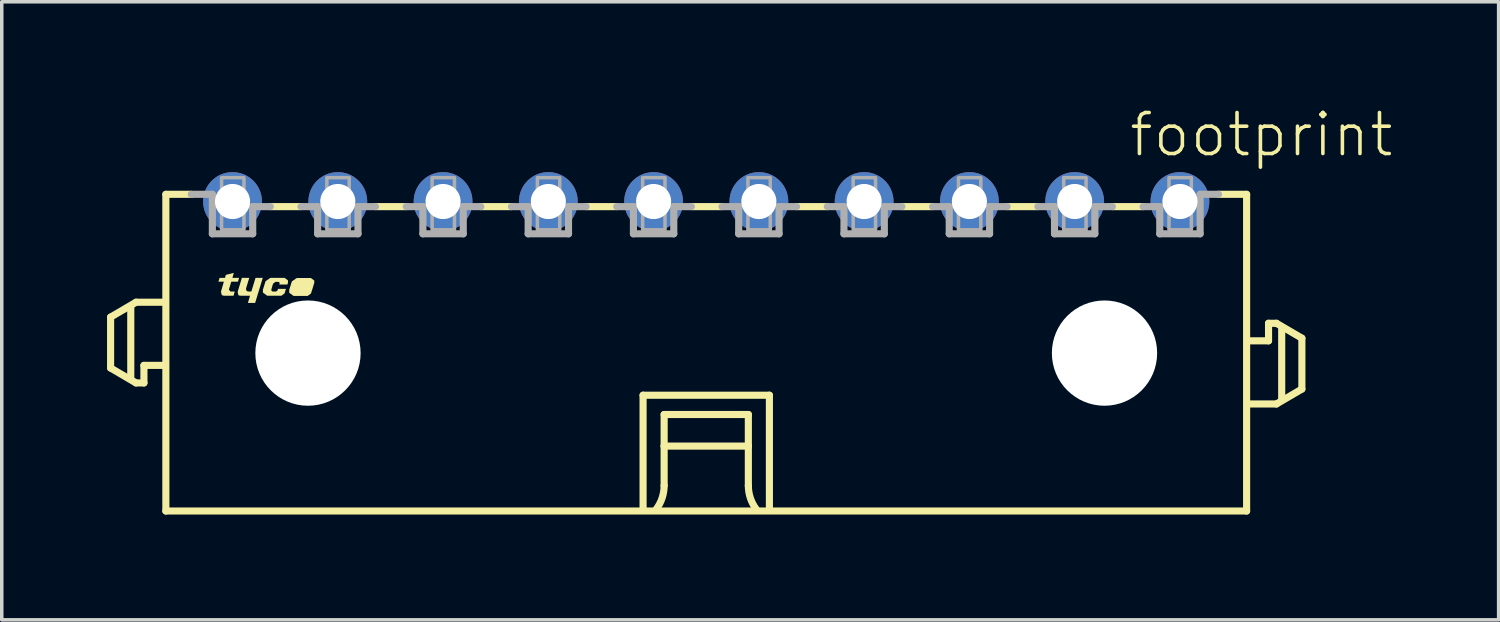
<source format=kicad_pcb>
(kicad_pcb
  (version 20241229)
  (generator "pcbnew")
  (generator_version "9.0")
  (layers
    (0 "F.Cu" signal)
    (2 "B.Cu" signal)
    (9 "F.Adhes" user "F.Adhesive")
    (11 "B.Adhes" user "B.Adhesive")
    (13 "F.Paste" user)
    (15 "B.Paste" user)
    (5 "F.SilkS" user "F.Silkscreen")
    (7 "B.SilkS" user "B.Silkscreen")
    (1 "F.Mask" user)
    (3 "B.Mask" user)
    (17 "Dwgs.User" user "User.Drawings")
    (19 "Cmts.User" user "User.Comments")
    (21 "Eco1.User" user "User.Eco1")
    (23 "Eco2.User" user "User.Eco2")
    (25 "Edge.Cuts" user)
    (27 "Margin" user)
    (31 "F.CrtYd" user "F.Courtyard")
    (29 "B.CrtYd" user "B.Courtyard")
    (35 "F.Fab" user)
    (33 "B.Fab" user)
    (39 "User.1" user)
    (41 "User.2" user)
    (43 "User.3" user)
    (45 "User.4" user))
  (footprint "footprint"
    (layer "F.Cu")
    (at 17.077 7.013)
    (property "Reference" "footprint" (at 12 -5.54 0) (layer "F.SilkS") (effects (font (size 1.168 1.168) (thickness 0.102)) (justify left bottom)))
    (fp_line (start -16.975 -1.025) (end -16.975 0.425) (stroke (width 0.203) (type solid)) (layer "F.SilkS"))
    (fp_line (start -16.975 0.425) (end -16.25 0.85) (stroke (width 0.203) (type solid)) (layer "F.SilkS"))
    (fp_line (start -16.4 0.7) (end -16.4 -1.3) (stroke (width 0.203) (type solid)) (layer "F.SilkS"))
    (fp_line (start -16.25 -1.45) (end -16.975 -1.025) (stroke (width 0.203) (type solid)) (layer "F.SilkS"))
    (fp_line (start -16.25 0.85) (end -16.025 0.85) (stroke (width 0.203) (type solid)) (layer "F.SilkS"))
    (fp_line (start -16.025 0.35) (end -15.5 0.35) (stroke (width 0.203) (type solid)) (layer "F.SilkS"))
    (fp_line (start -16.025 0.85) (end -16.025 0.35) (stroke (width 0.203) (type solid)) (layer "F.SilkS"))
    (fp_line (start -15.5 -1.45) (end -16.25 -1.45) (stroke (width 0.203) (type solid)) (layer "F.SilkS"))
    (fp_line (start -15.4 -4.525) (end -15.4 4.5) (stroke (width 0.203) (type solid)) (layer "F.SilkS"))
    (fp_line (start -15.4 -4.525) (end -14.675 -4.525) (stroke (width 0.203) (type solid)) (layer "F.SilkS"))
    (fp_line (start -15.4 4.5) (end 15.4 4.5) (stroke (width 0.203) (type solid)) (layer "F.SilkS"))
    (fp_line (start -11.55 -4.175) (end -12.425 -4.175) (stroke (width 0.203) (type solid)) (layer "F.SilkS"))
    (fp_line (start -8.55 -4.175) (end -9.425 -4.175) (stroke (width 0.203) (type solid)) (layer "F.SilkS"))
    (fp_line (start -5.55 -4.175) (end -6.425 -4.175) (stroke (width 0.203) (type solid)) (layer "F.SilkS"))
    (fp_line (start -2.55 -4.175) (end -3.425 -4.175) (stroke (width 0.203) (type solid)) (layer "F.SilkS"))
    (fp_line (start -1.8 1.2) (end 1.8 1.2) (stroke (width 0.203) (type solid)) (layer "F.SilkS"))
    (fp_line (start -1.8 4.4) (end -1.8 1.2) (stroke (width 0.203) (type solid)) (layer "F.SilkS"))
    (fp_line (start -1.2 1.75) (end -1.2 2.65) (stroke (width 0.203) (type solid)) (layer "F.SilkS"))
    (fp_line (start -1.2 2.65) (end -1.2 3.775) (stroke (width 0.203) (type solid)) (layer "F.SilkS"))
    (fp_line (start -1.2 2.65) (end 1.2 2.65) (stroke (width 0.203) (type solid)) (layer "F.SilkS"))
    (fp_line (start 0.45 -4.175) (end -0.425 -4.175) (stroke (width 0.203) (type solid)) (layer "F.SilkS"))
    (fp_line (start 1.2 1.75) (end -1.2 1.75) (stroke (width 0.203) (type solid)) (layer "F.SilkS"))
    (fp_line (start 1.2 2.65) (end 1.2 1.75) (stroke (width 0.203) (type solid)) (layer "F.SilkS"))
    (fp_line (start 1.2 2.65) (end 1.2 3.775) (stroke (width 0.203) (type solid)) (layer "F.SilkS"))
    (fp_line (start 1.8 1.2) (end 1.8 4.4) (stroke (width 0.203) (type solid)) (layer "F.SilkS"))
    (fp_line (start 3.45 -4.175) (end 2.575 -4.175) (stroke (width 0.203) (type solid)) (layer "F.SilkS"))
    (fp_line (start 6.45 -4.175) (end 5.575 -4.175) (stroke (width 0.203) (type solid)) (layer "F.SilkS"))
    (fp_line (start 9.45 -4.175) (end 8.575 -4.175) (stroke (width 0.203) (type solid)) (layer "F.SilkS"))
    (fp_line (start 12.45 -4.175) (end 11.575 -4.175) (stroke (width 0.203) (type solid)) (layer "F.SilkS"))
    (fp_line (start 15.4 -4.525) (end 14.6 -4.525) (stroke (width 0.203) (type solid)) (layer "F.SilkS"))
    (fp_line (start 15.4 4.5) (end 15.4 -4.525) (stroke (width 0.203) (type solid)) (layer "F.SilkS"))
    (fp_line (start 15.5 1.45) (end 16.25 1.45) (stroke (width 0.203) (type solid)) (layer "F.SilkS"))
    (fp_line (start 16.025 -0.85) (end 16.025 -0.35) (stroke (width 0.203) (type solid)) (layer "F.SilkS"))
    (fp_line (start 16.025 -0.35) (end 15.5 -0.35) (stroke (width 0.203) (type solid)) (layer "F.SilkS"))
    (fp_line (start 16.25 -0.85) (end 16.025 -0.85) (stroke (width 0.203) (type solid)) (layer "F.SilkS"))
    (fp_line (start 16.25 1.45) (end 16.975 1.025) (stroke (width 0.203) (type solid)) (layer "F.SilkS"))
    (fp_line (start 16.4 1.3) (end 16.4 -0.7) (stroke (width 0.203) (type solid)) (layer "F.SilkS"))
    (fp_line (start 16.975 -0.425) (end 16.25 -0.85) (stroke (width 0.203) (type solid)) (layer "F.SilkS"))
    (fp_line (start 16.975 1.025) (end 16.975 -0.425) (stroke (width 0.203) (type solid)) (layer "F.SilkS"))
    (fp_arc (start -1.2 3.775) (mid -1.257731 4.130756) (end -1.425 4.449999) (stroke (width 0.2032) (type solid)) (layer "F.SilkS"))
    (fp_arc (start 1.425 4.449999) (mid 1.257732 4.130756) (end 1.2 3.775) (stroke (width 0.2032) (type solid)) (layer "F.SilkS"))
    (fp_poly (pts (xy -13.115 -1.844) (xy -13.113 -1.799) (xy -13.085 -1.764) (xy -13.039 -1.755) (xy -12.964 -1.755) (xy -12.844 -2.145) (xy -12.638 -2.145) (xy -12.856 -1.43) (xy -13.062 -1.43) (xy -13.002 -1.635) (xy -13.28 -1.635) (xy -13.28 -1.645) (xy -13.285 -1.645) (xy -13.285 -1.64) (xy -13.287 -1.635) (xy -13.333 -1.651) (xy -13.355 -1.74) (xy -13.234 -2.145) (xy -13.023 -2.145)) (stroke (width 0) (type solid)) (fill yes) (layer "F.SilkS"))
    (fp_poly (pts (xy -13.503 -2.145) (xy -13.313 -2.145) (xy -13.346 -2.035) (xy -13.536 -2.035) (xy -13.604 -1.811) (xy -13.562 -1.755) (xy -13.438 -1.755) (xy -13.471 -1.635) (xy -13.75 -1.635) (xy -13.75 -1.645) (xy -13.755 -1.645) (xy -13.755 -1.64) (xy -13.757 -1.635) (xy -13.807 -1.653) (xy -13.83 -1.75) (xy -13.747 -2.035) (xy -13.902 -2.035) (xy -13.869 -2.145) (xy -13.714 -2.145) (xy -13.692 -2.229) (xy -13.463 -2.287)) (stroke (width 0) (type solid)) (fill yes) (layer "F.SilkS"))
    (fp_poly (pts (xy -11.171 -2.069) (xy -11.17 -2.005) (xy -11.17 -2.004) (xy -11.223 -1.83) (xy -11.223 -1.83) (xy -11.225 -1.823) (xy -11.226 -1.82) (xy -11.226 -1.82) (xy -11.266 -1.697) (xy -11.358 -1.63) (xy -11.762 -1.63) (xy -11.884 -1.72) (xy -11.885 -1.8) (xy -11.885 -1.801) (xy -11.809 -2.043) (xy -11.673 -2.139) (xy -11.67 -2.135) (xy -11.67 -2.13) (xy -11.665 -2.13) (xy -11.665 -2.14) (xy -11.268 -2.14)) (stroke (width 0) (type solid)) (fill yes) (layer "F.SilkS"))
    (fp_poly (pts (xy -11.921 -2.074) (xy -11.92 -2.01) (xy -11.92 -2.009) (xy -11.936 -1.955) (xy -12.167 -1.955) (xy -12.16 -1.976) (xy -12.158 -2.001) (xy -12.172 -2.022) (xy -12.196 -2.03) (xy -12.278 -2.03) (xy -12.346 -1.977) (xy -12.395 -1.81) (xy -12.388 -1.772) (xy -12.354 -1.755) (xy -12.262 -1.755) (xy -12.219 -1.783) (xy -12.204 -1.83) (xy -11.978 -1.83) (xy -12.016 -1.702) (xy -12.108 -1.635) (xy -12.512 -1.635) (xy -12.634 -1.725) (xy -12.635 -1.805) (xy -12.635 -1.806) (xy -12.559 -2.048) (xy -12.423 -2.144) (xy -12.42 -2.14) (xy -12.42 -2.135) (xy -12.415 -2.135) (xy -12.415 -2.145) (xy -12.018 -2.145)) (stroke (width 0) (type solid)) (fill yes) (layer "F.SilkS"))
    (fp_line (start -14.075 -4.525) (end -14.675 -4.525) (stroke (width 0.203) (type solid)) (layer "F.Fab"))
    (fp_line (start -14.075 -3.4) (end -14.075 -4.525) (stroke (width 0.203) (type solid)) (layer "F.Fab"))
    (fp_line (start -12.925 -4.175) (end -12.925 -3.4) (stroke (width 0.203) (type solid)) (layer "F.Fab"))
    (fp_line (start -12.925 -3.4) (end -14.075 -3.4) (stroke (width 0.203) (type solid)) (layer "F.Fab"))
    (fp_line (start -12.425 -4.175) (end -12.925 -4.175) (stroke (width 0.203) (type solid)) (layer "F.Fab"))
    (fp_line (start -11.075 -4.175) (end -11.55 -4.175) (stroke (width 0.203) (type solid)) (layer "F.Fab"))
    (fp_line (start -11.075 -3.4) (end -11.075 -4.175) (stroke (width 0.203) (type solid)) (layer "F.Fab"))
    (fp_line (start -9.925 -4.175) (end -9.925 -3.4) (stroke (width 0.203) (type solid)) (layer "F.Fab"))
    (fp_line (start -9.925 -3.4) (end -11.075 -3.4) (stroke (width 0.203) (type solid)) (layer "F.Fab"))
    (fp_line (start -9.425 -4.175) (end -9.925 -4.175) (stroke (width 0.203) (type solid)) (layer "F.Fab"))
    (fp_line (start -8.075 -4.175) (end -8.55 -4.175) (stroke (width 0.203) (type solid)) (layer "F.Fab"))
    (fp_line (start -8.075 -3.4) (end -8.075 -4.175) (stroke (width 0.203) (type solid)) (layer "F.Fab"))
    (fp_line (start -6.925 -4.175) (end -6.925 -3.4) (stroke (width 0.203) (type solid)) (layer "F.Fab"))
    (fp_line (start -6.925 -3.4) (end -8.075 -3.4) (stroke (width 0.203) (type solid)) (layer "F.Fab"))
    (fp_line (start -6.425 -4.175) (end -6.925 -4.175) (stroke (width 0.203) (type solid)) (layer "F.Fab"))
    (fp_line (start -5.075 -4.175) (end -5.55 -4.175) (stroke (width 0.203) (type solid)) (layer "F.Fab"))
    (fp_line (start -5.075 -3.4) (end -5.075 -4.175) (stroke (width 0.203) (type solid)) (layer "F.Fab"))
    (fp_line (start -3.925 -4.175) (end -3.925 -3.4) (stroke (width 0.203) (type solid)) (layer "F.Fab"))
    (fp_line (start -3.925 -3.4) (end -5.075 -3.4) (stroke (width 0.203) (type solid)) (layer "F.Fab"))
    (fp_line (start -3.425 -4.175) (end -3.925 -4.175) (stroke (width 0.203) (type solid)) (layer "F.Fab"))
    (fp_line (start -2.075 -4.175) (end -2.55 -4.175) (stroke (width 0.203) (type solid)) (layer "F.Fab"))
    (fp_line (start -2.075 -3.4) (end -2.075 -4.175) (stroke (width 0.203) (type solid)) (layer "F.Fab"))
    (fp_line (start -0.925 -4.175) (end -0.925 -3.4) (stroke (width 0.203) (type solid)) (layer "F.Fab"))
    (fp_line (start -0.925 -3.4) (end -2.075 -3.4) (stroke (width 0.203) (type solid)) (layer "F.Fab"))
    (fp_line (start -0.425 -4.175) (end -0.925 -4.175) (stroke (width 0.203) (type solid)) (layer "F.Fab"))
    (fp_line (start 0.925 -4.175) (end 0.45 -4.175) (stroke (width 0.203) (type solid)) (layer "F.Fab"))
    (fp_line (start 0.925 -3.4) (end 0.925 -4.175) (stroke (width 0.203) (type solid)) (layer "F.Fab"))
    (fp_line (start 2.075 -4.175) (end 2.075 -3.4) (stroke (width 0.203) (type solid)) (layer "F.Fab"))
    (fp_line (start 2.075 -3.4) (end 0.925 -3.4) (stroke (width 0.203) (type solid)) (layer "F.Fab"))
    (fp_line (start 2.575 -4.175) (end 2.075 -4.175) (stroke (width 0.203) (type solid)) (layer "F.Fab"))
    (fp_line (start 3.925 -4.175) (end 3.45 -4.175) (stroke (width 0.203) (type solid)) (layer "F.Fab"))
    (fp_line (start 3.925 -3.4) (end 3.925 -4.175) (stroke (width 0.203) (type solid)) (layer "F.Fab"))
    (fp_line (start 5.075 -4.175) (end 5.075 -3.4) (stroke (width 0.203) (type solid)) (layer "F.Fab"))
    (fp_line (start 5.075 -3.4) (end 3.925 -3.4) (stroke (width 0.203) (type solid)) (layer "F.Fab"))
    (fp_line (start 5.575 -4.175) (end 5.075 -4.175) (stroke (width 0.203) (type solid)) (layer "F.Fab"))
    (fp_line (start 6.925 -4.175) (end 6.45 -4.175) (stroke (width 0.203) (type solid)) (layer "F.Fab"))
    (fp_line (start 6.925 -3.4) (end 6.925 -4.175) (stroke (width 0.203) (type solid)) (layer "F.Fab"))
    (fp_line (start 8.075 -4.175) (end 8.075 -3.4) (stroke (width 0.203) (type solid)) (layer "F.Fab"))
    (fp_line (start 8.075 -3.4) (end 6.925 -3.4) (stroke (width 0.203) (type solid)) (layer "F.Fab"))
    (fp_line (start 8.575 -4.175) (end 8.075 -4.175) (stroke (width 0.203) (type solid)) (layer "F.Fab"))
    (fp_line (start 9.925 -4.175) (end 9.45 -4.175) (stroke (width 0.203) (type solid)) (layer "F.Fab"))
    (fp_line (start 9.925 -3.4) (end 9.925 -4.175) (stroke (width 0.203) (type solid)) (layer "F.Fab"))
    (fp_line (start 11.075 -4.175) (end 11.075 -3.4) (stroke (width 0.203) (type solid)) (layer "F.Fab"))
    (fp_line (start 11.075 -3.4) (end 9.925 -3.4) (stroke (width 0.203) (type solid)) (layer "F.Fab"))
    (fp_line (start 11.575 -4.175) (end 11.075 -4.175) (stroke (width 0.203) (type solid)) (layer "F.Fab"))
    (fp_line (start 12.925 -4.175) (end 12.45 -4.175) (stroke (width 0.203) (type solid)) (layer "F.Fab"))
    (fp_line (start 12.925 -3.4) (end 12.925 -4.175) (stroke (width 0.203) (type solid)) (layer "F.Fab"))
    (fp_line (start 14.075 -4.525) (end 14.075 -3.4) (stroke (width 0.203) (type solid)) (layer "F.Fab"))
    (fp_line (start 14.075 -3.4) (end 12.925 -3.4) (stroke (width 0.203) (type solid)) (layer "F.Fab"))
    (fp_line (start 14.6 -4.525) (end 14.075 -4.525) (stroke (width 0.203) (type solid)) (layer "F.Fab"))
    (fp_poly (pts (xy -13.812 -3.513) (xy -13.175 -3.513) (xy -13.175 -5) (xy -13.812 -5)) (stroke (width 0.1) (type solid)) (fill no) (layer "F.Fab"))
    (fp_poly (pts (xy -10.812 -3.513) (xy -10.175 -3.513) (xy -10.175 -5) (xy -10.812 -5)) (stroke (width 0.1) (type solid)) (fill no) (layer "F.Fab"))
    (fp_poly (pts (xy -7.812 -3.513) (xy -7.175 -3.513) (xy -7.175 -5) (xy -7.812 -5)) (stroke (width 0.1) (type solid)) (fill no) (layer "F.Fab"))
    (fp_poly (pts (xy -4.812 -3.513) (xy -4.175 -3.513) (xy -4.175 -5) (xy -4.812 -5)) (stroke (width 0.1) (type solid)) (fill no) (layer "F.Fab"))
    (fp_poly (pts (xy -1.812 -3.513) (xy -1.175 -3.513) (xy -1.175 -5) (xy -1.812 -5)) (stroke (width 0.1) (type solid)) (fill no) (layer "F.Fab"))
    (fp_poly (pts (xy 1.188 -3.513) (xy 1.825 -3.513) (xy 1.825 -5) (xy 1.188 -5)) (stroke (width 0.1) (type solid)) (fill no) (layer "F.Fab"))
    (fp_poly (pts (xy 4.188 -3.513) (xy 4.825 -3.513) (xy 4.825 -5) (xy 4.188 -5)) (stroke (width 0.1) (type solid)) (fill no) (layer "F.Fab"))
    (fp_poly (pts (xy 7.188 -3.513) (xy 7.825 -3.513) (xy 7.825 -5) (xy 7.188 -5)) (stroke (width 0.1) (type solid)) (fill no) (layer "F.Fab"))
    (fp_poly (pts (xy 10.188 -3.513) (xy 10.825 -3.513) (xy 10.825 -5) (xy 10.188 -5)) (stroke (width 0.1) (type solid)) (fill no) (layer "F.Fab"))
    (fp_poly (pts (xy 13.188 -3.513) (xy 13.825 -3.513) (xy 13.825 -5) (xy 13.188 -5)) (stroke (width 0.1) (type solid)) (fill no) (layer "F.Fab"))
    (pad "" np_thru_hole circle (at -11.35 0) (size 3 3) (drill 3) (layers "*.Cu" "*.Mask"))
    (pad "" np_thru_hole circle (at 11.35 0) (size 3 3) (drill 3) (layers "*.Cu" "*.Mask"))
    (pad "1" thru_hole circle (at 13.5 -4.32) (size 1.676 1.676) (drill 1) (layers "*.Cu" "*.Mask"))
    (pad "2" thru_hole circle (at 10.5 -4.32) (size 1.676 1.676) (drill 1) (layers "*.Cu" "*.Mask"))
    (pad "3" thru_hole circle (at 7.5 -4.32) (size 1.676 1.676) (drill 1) (layers "*.Cu" "*.Mask"))
    (pad "4" thru_hole circle (at 4.5 -4.32) (size 1.676 1.676) (drill 1) (layers "*.Cu" "*.Mask"))
    (pad "5" thru_hole circle (at 1.5 -4.32) (size 1.676 1.676) (drill 1) (layers "*.Cu" "*.Mask"))
    (pad "6" thru_hole circle (at -1.5 -4.32) (size 1.676 1.676) (drill 1) (layers "*.Cu" "*.Mask"))
    (pad "7" thru_hole circle (at -4.5 -4.32) (size 1.676 1.676) (drill 1) (layers "*.Cu" "*.Mask"))
    (pad "8" thru_hole circle (at -7.5 -4.32) (size 1.676 1.676) (drill 1) (layers "*.Cu" "*.Mask"))
    (pad "9" thru_hole circle (at -10.5 -4.32) (size 1.676 1.676) (drill 1) (layers "*.Cu" "*.Mask"))
    (pad "10" thru_hole circle (at -13.5 -4.32) (size 1.676 1.676) (drill 1) (layers "*.Cu" "*.Mask")))
  (gr_rect
    (start -3 -3)
    (end 39.659 14.615)
    (stroke (width 0.1) (type default))
    (fill no)
    (layer "Edge.Cuts")))
</source>
